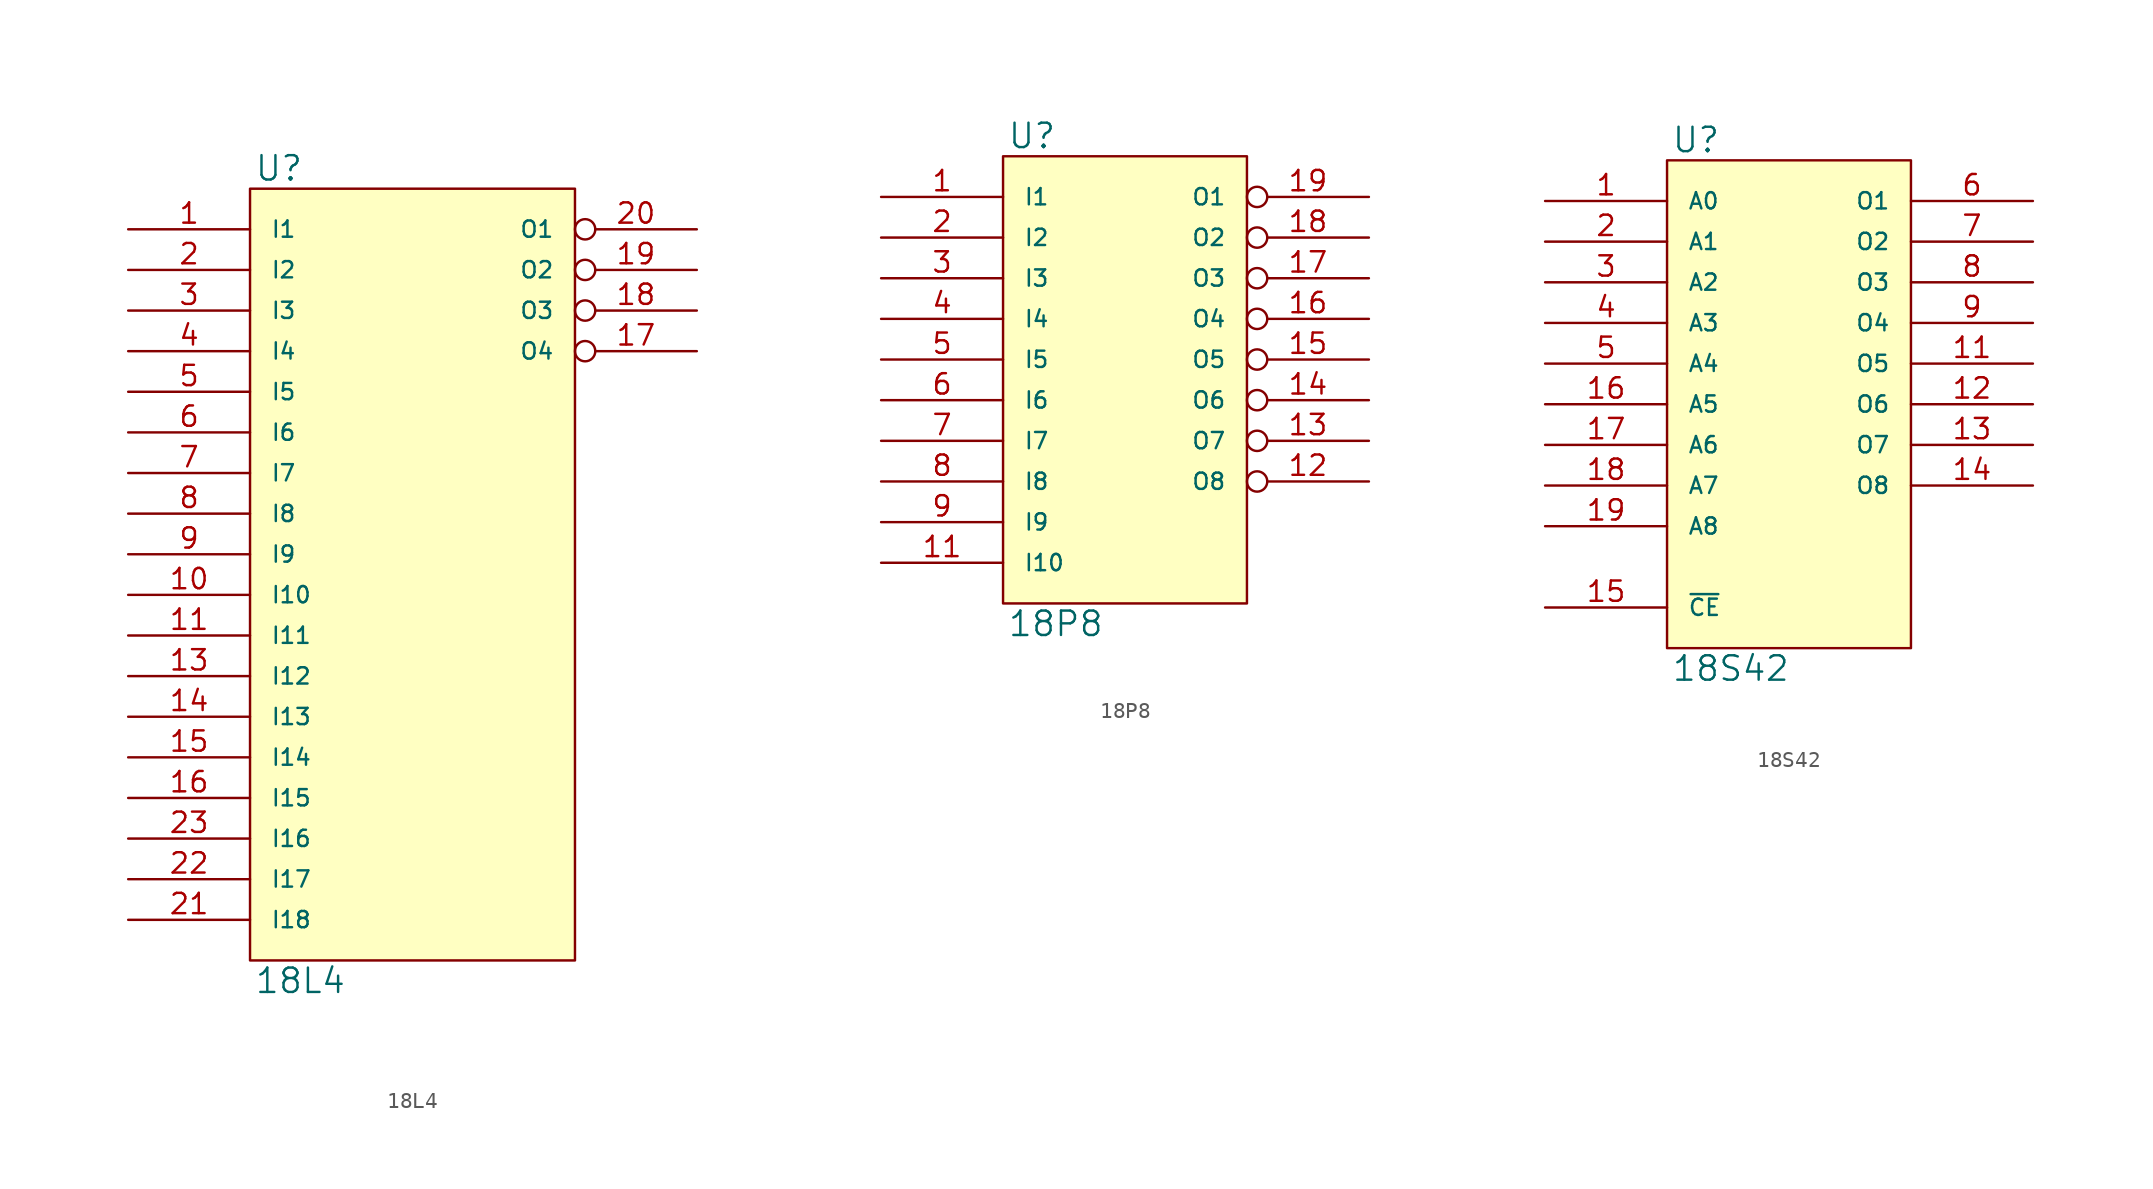
<source format=kicad_sym>
(kicad_symbol_lib
  (version 20231120)
  (generator "kicad_symbol_editor")
  (generator_version "8.0")
  (symbol "18L4"
    (pin_names
      (offset 1.27))
    (property "Reference" "U"
      (at 0.254 0.381 0)
      (effects (font (size 1.524 1.524)) (justify left bottom)))
    (property "Value" "18L4"
      (at 0.254 -48.641 0)
      (effects (font (size 1.524 1.524)) (justify left top)))
    (symbol "18L4_0_1"
      (rectangle (start 0 0) (end 20.32 -48.26) (stroke (width 0) (type solid)) (fill (type background))))
    (symbol "18L4_1_1"
      (pin input line (at -7.62 -2.54 0) (length 7.62) (name "I1" (effects (font (size 1.016 1.016)))) (number "1" (effects (font (size 1.27 1.27)))))
      (pin input line (at -7.62 -25.4 0) (length 7.62) (name "I10" (effects (font (size 1.016 1.016)))) (number "10" (effects (font (size 1.27 1.27)))))
      (pin input line (at -7.62 -27.94 0) (length 7.62) (name "I11" (effects (font (size 1.016 1.016)))) (number "11" (effects (font (size 1.27 1.27)))))
      (pin power_in line (at 0 -48.26 90) (length 0) hide (name "GND" (effects (font (size 1.016 1.016)))) (number "12" (effects (font (size 1.27 1.27)))))
      (pin input line (at -7.62 -30.48 0) (length 7.62) (name "I12" (effects (font (size 1.016 1.016)))) (number "13" (effects (font (size 1.27 1.27)))))
      (pin input line (at -7.62 -33.02 0) (length 7.62) (name "I13" (effects (font (size 1.016 1.016)))) (number "14" (effects (font (size 1.27 1.27)))))
      (pin input line (at -7.62 -35.56 0) (length 7.62) (name "I14" (effects (font (size 1.016 1.016)))) (number "15" (effects (font (size 1.27 1.27)))))
      (pin input line (at -7.62 -38.1 0) (length 7.62) (name "I15" (effects (font (size 1.016 1.016)))) (number "16" (effects (font (size 1.27 1.27)))))
      (pin output inverted (at 27.94 -10.16 180) (length 7.62) (name "O4" (effects (font (size 1.016 1.016)))) (number "17" (effects (font (size 1.27 1.27)))))
      (pin output inverted (at 27.94 -7.62 180) (length 7.62) (name "O3" (effects (font (size 1.016 1.016)))) (number "18" (effects (font (size 1.27 1.27)))))
      (pin output inverted (at 27.94 -5.08 180) (length 7.62) (name "O2" (effects (font (size 1.016 1.016)))) (number "19" (effects (font (size 1.27 1.27)))))
      (pin input line (at -7.62 -5.08 0) (length 7.62) (name "I2" (effects (font (size 1.016 1.016)))) (number "2" (effects (font (size 1.27 1.27)))))
      (pin output inverted (at 27.94 -2.54 180) (length 7.62) (name "O1" (effects (font (size 1.016 1.016)))) (number "20" (effects (font (size 1.27 1.27)))))
      (pin input line (at -7.62 -45.72 0) (length 7.62) (name "I18" (effects (font (size 1.016 1.016)))) (number "21" (effects (font (size 1.27 1.27)))))
      (pin input line (at -7.62 -43.18 0) (length 7.62) (name "I17" (effects (font (size 1.016 1.016)))) (number "22" (effects (font (size 1.27 1.27)))))
      (pin input line (at -7.62 -40.64 0) (length 7.62) (name "I16" (effects (font (size 1.016 1.016)))) (number "23" (effects (font (size 1.27 1.27)))))
      (pin power_in line (at 0 0 270) (length 0) hide (name "VCC" (effects (font (size 1.016 1.016)))) (number "24" (effects (font (size 1.27 1.27)))))
      (pin input line (at -7.62 -7.62 0) (length 7.62) (name "I3" (effects (font (size 1.016 1.016)))) (number "3" (effects (font (size 1.27 1.27)))))
      (pin input line (at -7.62 -10.16 0) (length 7.62) (name "I4" (effects (font (size 1.016 1.016)))) (number "4" (effects (font (size 1.27 1.27)))))
      (pin input line (at -7.62 -12.7 0) (length 7.62) (name "I5" (effects (font (size 1.016 1.016)))) (number "5" (effects (font (size 1.27 1.27)))))
      (pin input line (at -7.62 -15.24 0) (length 7.62) (name "I6" (effects (font (size 1.016 1.016)))) (number "6" (effects (font (size 1.27 1.27)))))
      (pin input line (at -7.62 -17.78 0) (length 7.62) (name "I7" (effects (font (size 1.016 1.016)))) (number "7" (effects (font (size 1.27 1.27)))))
      (pin input line (at -7.62 -20.32 0) (length 7.62) (name "I8" (effects (font (size 1.016 1.016)))) (number "8" (effects (font (size 1.27 1.27)))))
      (pin input line (at -7.62 -22.86 0) (length 7.62) (name "I9" (effects (font (size 1.016 1.016)))) (number "9" (effects (font (size 1.27 1.27)))))))
  (symbol "18P8"
    (pin_names
      (offset 1.27))
    (property "Reference" "U"
      (at 0.254 0.381 0)
      (effects (font (size 1.524 1.524)) (justify left bottom)))
    (property "Value" "18P8"
      (at 0.254 -28.321 0)
      (effects (font (size 1.524 1.524)) (justify left top)))
    (symbol "18P8_0_1"
      (rectangle (start 0 0) (end 15.24 -27.94) (stroke (width 0) (type solid)) (fill (type background))))
    (symbol "18P8_1_1"
      (pin input line (at -7.62 -2.54 0) (length 7.62) (name "I1" (effects (font (size 1.016 1.016)))) (number "1" (effects (font (size 1.27 1.27)))))
      (pin power_in line (at 0 -27.94 90) (length 0) hide (name "GND" (effects (font (size 1.016 1.016)))) (number "10" (effects (font (size 1.27 1.27)))))
      (pin input line (at -7.62 -25.4 0) (length 7.62) (name "I10" (effects (font (size 1.016 1.016)))) (number "11" (effects (font (size 1.27 1.27)))))
      (pin bidirectional inverted (at 22.86 -20.32 180) (length 7.62) (name "O8" (effects (font (size 1.016 1.016)))) (number "12" (effects (font (size 1.27 1.27)))))
      (pin bidirectional inverted (at 22.86 -17.78 180) (length 7.62) (name "O7" (effects (font (size 1.016 1.016)))) (number "13" (effects (font (size 1.27 1.27)))))
      (pin bidirectional inverted (at 22.86 -15.24 180) (length 7.62) (name "O6" (effects (font (size 1.016 1.016)))) (number "14" (effects (font (size 1.27 1.27)))))
      (pin bidirectional inverted (at 22.86 -12.7 180) (length 7.62) (name "O5" (effects (font (size 1.016 1.016)))) (number "15" (effects (font (size 1.27 1.27)))))
      (pin bidirectional inverted (at 22.86 -10.16 180) (length 7.62) (name "O4" (effects (font (size 1.016 1.016)))) (number "16" (effects (font (size 1.27 1.27)))))
      (pin bidirectional inverted (at 22.86 -7.62 180) (length 7.62) (name "O3" (effects (font (size 1.016 1.016)))) (number "17" (effects (font (size 1.27 1.27)))))
      (pin bidirectional inverted (at 22.86 -5.08 180) (length 7.62) (name "O2" (effects (font (size 1.016 1.016)))) (number "18" (effects (font (size 1.27 1.27)))))
      (pin bidirectional inverted (at 22.86 -2.54 180) (length 7.62) (name "O1" (effects (font (size 1.016 1.016)))) (number "19" (effects (font (size 1.27 1.27)))))
      (pin input line (at -7.62 -5.08 0) (length 7.62) (name "I2" (effects (font (size 1.016 1.016)))) (number "2" (effects (font (size 1.27 1.27)))))
      (pin power_in line (at 0 0 270) (length 0) hide (name "VCC" (effects (font (size 1.016 1.016)))) (number "20" (effects (font (size 1.27 1.27)))))
      (pin input line (at -7.62 -7.62 0) (length 7.62) (name "I3" (effects (font (size 1.016 1.016)))) (number "3" (effects (font (size 1.27 1.27)))))
      (pin input line (at -7.62 -10.16 0) (length 7.62) (name "I4" (effects (font (size 1.016 1.016)))) (number "4" (effects (font (size 1.27 1.27)))))
      (pin input line (at -7.62 -12.7 0) (length 7.62) (name "I5" (effects (font (size 1.016 1.016)))) (number "5" (effects (font (size 1.27 1.27)))))
      (pin input line (at -7.62 -15.24 0) (length 7.62) (name "I6" (effects (font (size 1.016 1.016)))) (number "6" (effects (font (size 1.27 1.27)))))
      (pin input line (at -7.62 -17.78 0) (length 7.62) (name "I7" (effects (font (size 1.016 1.016)))) (number "7" (effects (font (size 1.27 1.27)))))
      (pin input line (at -7.62 -20.32 0) (length 7.62) (name "I8" (effects (font (size 1.016 1.016)))) (number "8" (effects (font (size 1.27 1.27)))))
      (pin input line (at -7.62 -22.86 0) (length 7.62) (name "I9" (effects (font (size 1.016 1.016)))) (number "9" (effects (font (size 1.27 1.27)))))))
  (symbol "18S42"
    (pin_names
      (offset 1.27))
    (property "Reference" "U"
      (at 0.254 0.381 0)
      (effects (font (size 1.524 1.524)) (justify left bottom)))
    (property "Value" "18S42"
      (at 0.254 -30.861 0)
      (effects (font (size 1.524 1.524)) (justify left top)))
    (symbol "18S42_0_1"
      (rectangle (start 0 0) (end 15.24 -30.48) (stroke (width 0) (type solid)) (fill (type background))))
    (symbol "18S42_1_1"
      (pin input line (at -7.62 -2.54 0) (length 7.62) (name "A0" (effects (font (size 1.016 1.016)))) (number "1" (effects (font (size 1.27 1.27)))))
      (pin power_in line (at 0 -30.48 90) (length 0) hide (name "GND" (effects (font (size 1.016 1.016)))) (number "10" (effects (font (size 1.27 1.27)))))
      (pin tri_state line (at 22.86 -12.7 180) (length 7.62) (name "O5" (effects (font (size 1.016 1.016)))) (number "11" (effects (font (size 1.27 1.27)))))
      (pin tri_state line (at 22.86 -15.24 180) (length 7.62) (name "O6" (effects (font (size 1.016 1.016)))) (number "12" (effects (font (size 1.27 1.27)))))
      (pin tri_state line (at 22.86 -17.78 180) (length 7.62) (name "O7" (effects (font (size 1.016 1.016)))) (number "13" (effects (font (size 1.27 1.27)))))
      (pin tri_state line (at 22.86 -20.32 180) (length 7.62) (name "O8" (effects (font (size 1.016 1.016)))) (number "14" (effects (font (size 1.27 1.27)))))
      (pin input line (at -7.62 -27.94 0) (length 7.62) (name "~{CE}" (effects (font (size 1.016 1.016)))) (number "15" (effects (font (size 1.27 1.27)))))
      (pin input line (at -7.62 -15.24 0) (length 7.62) (name "A5" (effects (font (size 1.016 1.016)))) (number "16" (effects (font (size 1.27 1.27)))))
      (pin input line (at -7.62 -17.78 0) (length 7.62) (name "A6" (effects (font (size 1.016 1.016)))) (number "17" (effects (font (size 1.27 1.27)))))
      (pin input line (at -7.62 -20.32 0) (length 7.62) (name "A7" (effects (font (size 1.016 1.016)))) (number "18" (effects (font (size 1.27 1.27)))))
      (pin input line (at -7.62 -22.86 0) (length 7.62) (name "A8" (effects (font (size 1.016 1.016)))) (number "19" (effects (font (size 1.27 1.27)))))
      (pin input line (at -7.62 -5.08 0) (length 7.62) (name "A1" (effects (font (size 1.016 1.016)))) (number "2" (effects (font (size 1.27 1.27)))))
      (pin power_in line (at 0 0 270) (length 0) hide (name "VCC" (effects (font (size 1.016 1.016)))) (number "20" (effects (font (size 1.27 1.27)))))
      (pin input line (at -7.62 -7.62 0) (length 7.62) (name "A2" (effects (font (size 1.016 1.016)))) (number "3" (effects (font (size 1.27 1.27)))))
      (pin input line (at -7.62 -10.16 0) (length 7.62) (name "A3" (effects (font (size 1.016 1.016)))) (number "4" (effects (font (size 1.27 1.27)))))
      (pin input line (at -7.62 -12.7 0) (length 7.62) (name "A4" (effects (font (size 1.016 1.016)))) (number "5" (effects (font (size 1.27 1.27)))))
      (pin tri_state line (at 22.86 -2.54 180) (length 7.62) (name "O1" (effects (font (size 1.016 1.016)))) (number "6" (effects (font (size 1.27 1.27)))))
      (pin tri_state line (at 22.86 -5.08 180) (length 7.62) (name "O2" (effects (font (size 1.016 1.016)))) (number "7" (effects (font (size 1.27 1.27)))))
      (pin tri_state line (at 22.86 -7.62 180) (length 7.62) (name "O3" (effects (font (size 1.016 1.016)))) (number "8" (effects (font (size 1.27 1.27)))))
      (pin tri_state line (at 22.86 -10.16 180) (length 7.62) (name "O4" (effects (font (size 1.016 1.016)))) (number "9" (effects (font (size 1.27 1.27))))))))
</source>
